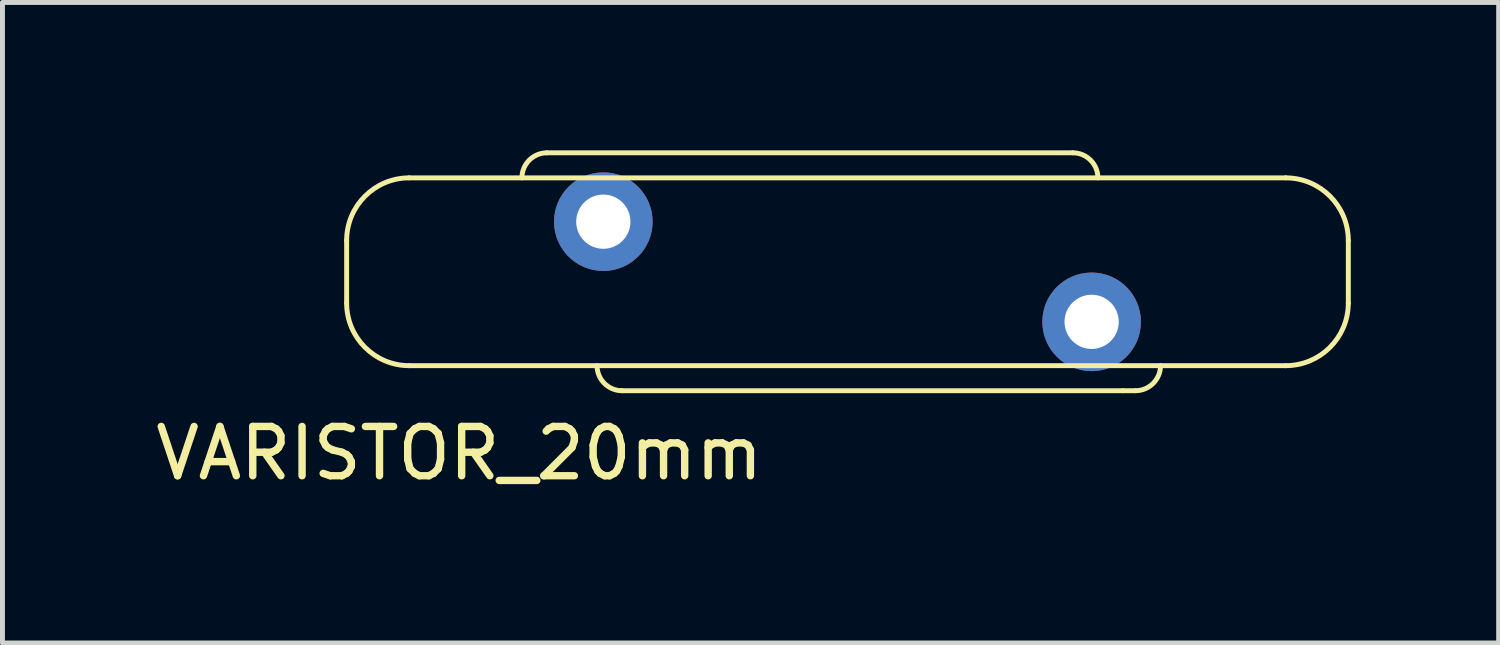
<source format=kicad_pcb>
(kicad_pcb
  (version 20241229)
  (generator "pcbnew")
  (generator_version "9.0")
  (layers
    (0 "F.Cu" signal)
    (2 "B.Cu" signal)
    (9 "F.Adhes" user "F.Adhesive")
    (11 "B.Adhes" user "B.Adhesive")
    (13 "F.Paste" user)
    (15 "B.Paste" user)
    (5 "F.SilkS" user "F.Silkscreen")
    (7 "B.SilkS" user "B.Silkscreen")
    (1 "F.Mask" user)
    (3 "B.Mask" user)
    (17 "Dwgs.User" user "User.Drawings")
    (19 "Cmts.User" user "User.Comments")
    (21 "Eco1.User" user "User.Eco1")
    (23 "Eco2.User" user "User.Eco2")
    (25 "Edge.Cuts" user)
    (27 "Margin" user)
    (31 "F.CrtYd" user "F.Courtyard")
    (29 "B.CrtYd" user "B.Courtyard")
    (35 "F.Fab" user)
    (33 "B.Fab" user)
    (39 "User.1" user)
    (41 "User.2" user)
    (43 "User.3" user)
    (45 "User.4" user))
  (footprint "VARISTOR_20mm"
    (layer "F.Cu")
    (at 14.142 2.463)
    (property "Reference" "VARISTOR_20mm" (at -7.874 3.683 0) (layer "F.SilkS") (effects (font (size 1 1) (thickness 0.15))))
    (attr through_hole)
    (fp_line (start -10.16 -0.635) (end -10.16 0.635) (stroke (width 0.1) (type solid)) (layer "F.SilkS"))
    (fp_line (start -8.89 1.905) (end 8.89 1.905) (stroke (width 0.1) (type solid)) (layer "F.SilkS"))
    (fp_line (start 4.572 -2.413) (end -6.096 -2.413) (stroke (width 0.1) (type solid)) (layer "F.SilkS"))
    (fp_line (start 5.588 2.413) (end -4.572 2.413) (stroke (width 0.1) (type solid)) (layer "F.SilkS"))
    (fp_line (start 5.842 2.413) (end 5.588 2.413) (stroke (width 0.1) (type solid)) (layer "F.SilkS"))
    (fp_line (start 8.89 -1.905) (end -8.89 -1.905) (stroke (width 0.1) (type solid)) (layer "F.SilkS"))
    (fp_line (start 10.16 -0.635) (end 10.16 0.635) (stroke (width 0.1) (type solid)) (layer "F.SilkS"))
    (fp_arc (start -10.16 -0.635) (mid -9.788026 -1.533026) (end -8.89 -1.905) (stroke (width 0.1) (type solid)) (layer "F.SilkS"))
    (fp_arc (start -8.89 1.905) (mid -9.788026 1.533026) (end -10.16 0.635) (stroke (width 0.1) (type solid)) (layer "F.SilkS"))
    (fp_arc (start -6.604 -1.905) (mid -6.45521 -2.26421) (end -6.096 -2.413) (stroke (width 0.1) (type solid)) (layer "F.SilkS"))
    (fp_arc (start -4.572 2.413) (mid -4.93121 2.26421) (end -5.08 1.905) (stroke (width 0.1) (type solid)) (layer "F.SilkS"))
    (fp_arc (start 4.572 -2.413) (mid 4.93121 -2.26421) (end 5.08 -1.905) (stroke (width 0.1) (type solid)) (layer "F.SilkS"))
    (fp_arc (start 6.35 1.905) (mid 6.20121 2.26421) (end 5.842 2.413) (stroke (width 0.1) (type solid)) (layer "F.SilkS"))
    (fp_arc (start 8.89 -1.905) (mid 9.788026 -1.533026) (end 10.16 -0.635) (stroke (width 0.1) (type solid)) (layer "F.SilkS"))
    (fp_arc (start 10.16 0.635) (mid 9.788026 1.533026) (end 8.89 1.905) (stroke (width 0.1) (type solid)) (layer "F.SilkS"))
    (pad "1" thru_hole circle (at -4.953 -1.016) (size 2 2) (drill 1.1) (layers "*.Cu"))
    (pad "2" thru_hole circle (at 4.953 1.016) (size 2 2) (drill 1.1) (layers "*.Cu")))
  (gr_rect
    (start -3 -3)
    (end 27.352 9.994)
    (stroke (width 0.1) (type default))
    (fill no)
    (layer "Edge.Cuts")))
</source>
